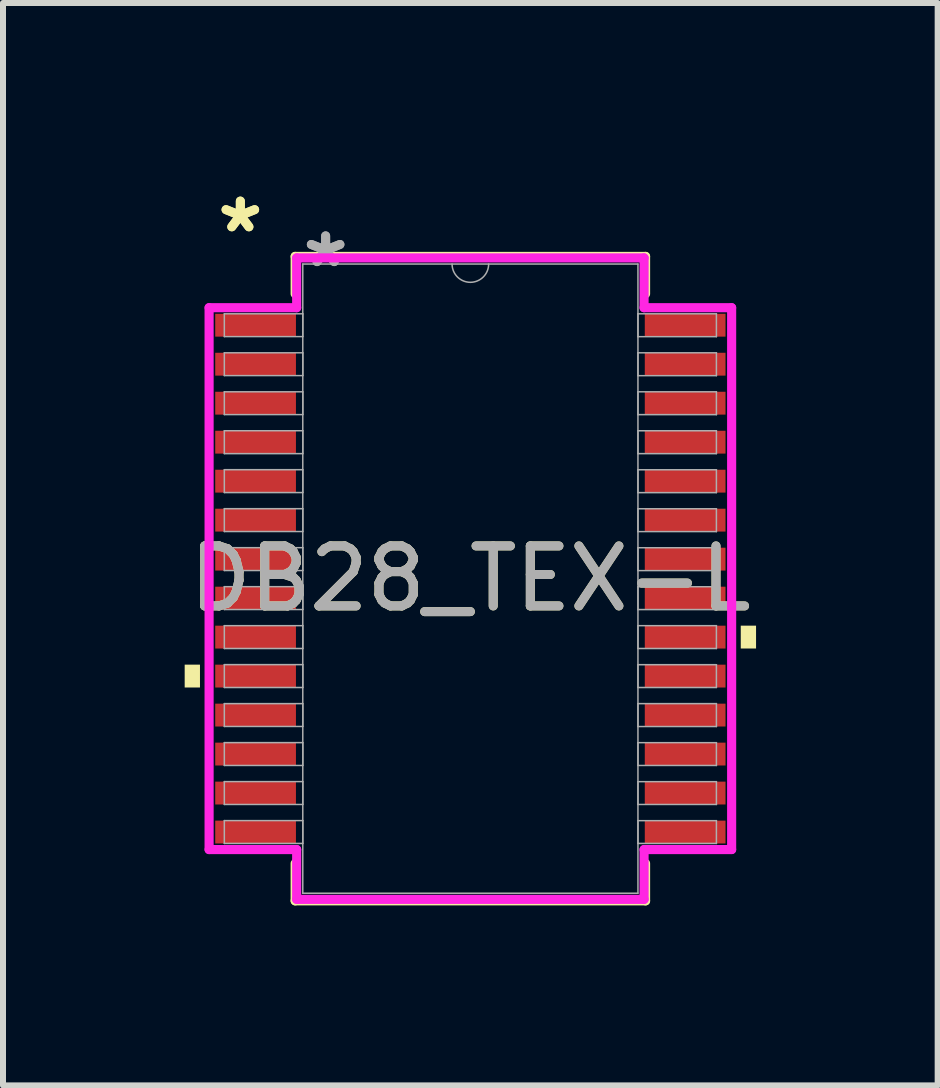
<source format=kicad_pcb>
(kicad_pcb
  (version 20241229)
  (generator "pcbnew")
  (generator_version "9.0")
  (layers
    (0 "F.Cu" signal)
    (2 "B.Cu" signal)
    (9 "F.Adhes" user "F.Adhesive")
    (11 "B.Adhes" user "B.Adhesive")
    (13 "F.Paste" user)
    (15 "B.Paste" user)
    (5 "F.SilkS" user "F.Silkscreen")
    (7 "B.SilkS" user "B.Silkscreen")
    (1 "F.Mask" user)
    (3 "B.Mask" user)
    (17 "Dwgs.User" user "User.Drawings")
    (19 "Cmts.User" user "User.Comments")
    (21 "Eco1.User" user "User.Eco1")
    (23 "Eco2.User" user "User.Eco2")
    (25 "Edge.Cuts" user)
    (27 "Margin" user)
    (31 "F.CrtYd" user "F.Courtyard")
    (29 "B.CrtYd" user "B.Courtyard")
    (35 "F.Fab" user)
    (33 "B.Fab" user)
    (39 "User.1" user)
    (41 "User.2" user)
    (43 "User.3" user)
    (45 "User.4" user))
  (footprint "DB28_TEX-L"
    (layer "F.Cu")
    (at 4.792 6.597)
    (property "Reference" "DB28_TEX-L" (at 0 0 0) (unlocked yes) (layer "F.SilkS") (effects (font (size 1 1) (thickness 0.15))))
    (attr smd)
    (fp_line (start -2.921 -5.372) (end -2.921 -4.748) (stroke (width 0.152) (type solid)) (layer "F.SilkS"))
    (fp_line (start -2.921 4.748) (end -2.921 5.372) (stroke (width 0.152) (type solid)) (layer "F.SilkS"))
    (fp_line (start -2.921 5.372) (end 2.921 5.372) (stroke (width 0.152) (type solid)) (layer "F.SilkS"))
    (fp_line (start 2.921 -5.372) (end -2.921 -5.372) (stroke (width 0.152) (type solid)) (layer "F.SilkS"))
    (fp_line (start 2.921 -4.748) (end 2.921 -5.372) (stroke (width 0.152) (type solid)) (layer "F.SilkS"))
    (fp_line (start 2.921 5.372) (end 2.921 4.748) (stroke (width 0.152) (type solid)) (layer "F.SilkS"))
    (fp_poly (pts (xy -4.763 1.434) (xy -4.763 1.815) (xy -4.508 1.815) (xy -4.508 1.434)) (stroke (width 0) (type solid)) (fill yes) (layer "F.SilkS"))
    (fp_poly (pts (xy 4.763 0.784) (xy 4.763 1.165) (xy 4.508 1.165) (xy 4.508 0.784)) (stroke (width 0) (type solid)) (fill yes) (layer "F.SilkS"))
    (fp_line (start -4.356 -4.517) (end -2.896 -4.517) (stroke (width 0.152) (type solid)) (layer "F.CrtYd"))
    (fp_line (start -4.356 4.517) (end -4.356 -4.517) (stroke (width 0.152) (type solid)) (layer "F.CrtYd"))
    (fp_line (start -4.356 4.517) (end -2.896 4.517) (stroke (width 0.152) (type solid)) (layer "F.CrtYd"))
    (fp_line (start -2.896 -5.347) (end 2.896 -5.347) (stroke (width 0.152) (type solid)) (layer "F.CrtYd"))
    (fp_line (start -2.896 -4.517) (end -2.896 -5.347) (stroke (width 0.152) (type solid)) (layer "F.CrtYd"))
    (fp_line (start -2.896 5.347) (end -2.896 4.517) (stroke (width 0.152) (type solid)) (layer "F.CrtYd"))
    (fp_line (start 2.896 -5.347) (end 2.896 -4.517) (stroke (width 0.152) (type solid)) (layer "F.CrtYd"))
    (fp_line (start 2.896 4.517) (end 2.896 5.347) (stroke (width 0.152) (type solid)) (layer "F.CrtYd"))
    (fp_line (start 2.896 5.347) (end -2.896 5.347) (stroke (width 0.152) (type solid)) (layer "F.CrtYd"))
    (fp_line (start 4.356 -4.517) (end 2.896 -4.517) (stroke (width 0.152) (type solid)) (layer "F.CrtYd"))
    (fp_line (start 4.356 -4.517) (end 4.356 4.517) (stroke (width 0.152) (type solid)) (layer "F.CrtYd"))
    (fp_line (start 4.356 4.517) (end 2.896 4.517) (stroke (width 0.152) (type solid)) (layer "F.CrtYd"))
    (fp_line (start -4.102 -4.415) (end -4.102 -4.035) (stroke (width 0.025) (type solid)) (layer "F.Fab"))
    (fp_line (start -4.102 -4.035) (end -2.794 -4.035) (stroke (width 0.025) (type solid)) (layer "F.Fab"))
    (fp_line (start -4.102 -3.765) (end -4.102 -3.385) (stroke (width 0.025) (type solid)) (layer "F.Fab"))
    (fp_line (start -4.102 -3.385) (end -2.794 -3.385) (stroke (width 0.025) (type solid)) (layer "F.Fab"))
    (fp_line (start -4.102 -3.115) (end -4.102 -2.735) (stroke (width 0.025) (type solid)) (layer "F.Fab"))
    (fp_line (start -4.102 -2.735) (end -2.794 -2.735) (stroke (width 0.025) (type solid)) (layer "F.Fab"))
    (fp_line (start -4.102 -2.466) (end -4.102 -2.084) (stroke (width 0.025) (type solid)) (layer "F.Fab"))
    (fp_line (start -4.102 -2.084) (end -2.794 -2.084) (stroke (width 0.025) (type solid)) (layer "F.Fab"))
    (fp_line (start -4.102 -1.816) (end -4.102 -1.435) (stroke (width 0.025) (type solid)) (layer "F.Fab"))
    (fp_line (start -4.102 -1.435) (end -2.794 -1.435) (stroke (width 0.025) (type solid)) (layer "F.Fab"))
    (fp_line (start -4.102 -1.166) (end -4.102 -0.785) (stroke (width 0.025) (type solid)) (layer "F.Fab"))
    (fp_line (start -4.102 -0.785) (end -2.794 -0.785) (stroke (width 0.025) (type solid)) (layer "F.Fab"))
    (fp_line (start -4.102 -0.516) (end -4.102 -0.135) (stroke (width 0.025) (type solid)) (layer "F.Fab"))
    (fp_line (start -4.102 -0.135) (end -2.794 -0.135) (stroke (width 0.025) (type solid)) (layer "F.Fab"))
    (fp_line (start -4.102 0.134) (end -4.102 0.515) (stroke (width 0.025) (type solid)) (layer "F.Fab"))
    (fp_line (start -4.102 0.515) (end -2.794 0.515) (stroke (width 0.025) (type solid)) (layer "F.Fab"))
    (fp_line (start -4.102 0.784) (end -4.102 1.165) (stroke (width 0.025) (type solid)) (layer "F.Fab"))
    (fp_line (start -4.102 1.165) (end -2.794 1.165) (stroke (width 0.025) (type solid)) (layer "F.Fab"))
    (fp_line (start -4.102 1.434) (end -4.102 1.815) (stroke (width 0.025) (type solid)) (layer "F.Fab"))
    (fp_line (start -4.102 1.815) (end -2.794 1.815) (stroke (width 0.025) (type solid)) (layer "F.Fab"))
    (fp_line (start -4.102 2.084) (end -4.102 2.465) (stroke (width 0.025) (type solid)) (layer "F.Fab"))
    (fp_line (start -4.102 2.465) (end -2.794 2.465) (stroke (width 0.025) (type solid)) (layer "F.Fab"))
    (fp_line (start -4.102 2.734) (end -4.102 3.115) (stroke (width 0.025) (type solid)) (layer "F.Fab"))
    (fp_line (start -4.102 3.115) (end -2.794 3.115) (stroke (width 0.025) (type solid)) (layer "F.Fab"))
    (fp_line (start -4.102 3.384) (end -4.102 3.765) (stroke (width 0.025) (type solid)) (layer "F.Fab"))
    (fp_line (start -4.102 3.765) (end -2.794 3.765) (stroke (width 0.025) (type solid)) (layer "F.Fab"))
    (fp_line (start -4.102 4.034) (end -4.102 4.415) (stroke (width 0.025) (type solid)) (layer "F.Fab"))
    (fp_line (start -4.102 4.415) (end -2.794 4.415) (stroke (width 0.025) (type solid)) (layer "F.Fab"))
    (fp_line (start -2.794 -5.245) (end -2.794 5.245) (stroke (width 0.025) (type solid)) (layer "F.Fab"))
    (fp_line (start -2.794 -4.415) (end -4.102 -4.415) (stroke (width 0.025) (type solid)) (layer "F.Fab"))
    (fp_line (start -2.794 -4.035) (end -2.794 -4.415) (stroke (width 0.025) (type solid)) (layer "F.Fab"))
    (fp_line (start -2.794 -3.765) (end -4.102 -3.765) (stroke (width 0.025) (type solid)) (layer "F.Fab"))
    (fp_line (start -2.794 -3.385) (end -2.794 -3.765) (stroke (width 0.025) (type solid)) (layer "F.Fab"))
    (fp_line (start -2.794 -3.115) (end -4.102 -3.115) (stroke (width 0.025) (type solid)) (layer "F.Fab"))
    (fp_line (start -2.794 -2.735) (end -2.794 -3.115) (stroke (width 0.025) (type solid)) (layer "F.Fab"))
    (fp_line (start -2.794 -2.466) (end -4.102 -2.466) (stroke (width 0.025) (type solid)) (layer "F.Fab"))
    (fp_line (start -2.794 -2.084) (end -2.794 -2.466) (stroke (width 0.025) (type solid)) (layer "F.Fab"))
    (fp_line (start -2.794 -1.816) (end -4.102 -1.816) (stroke (width 0.025) (type solid)) (layer "F.Fab"))
    (fp_line (start -2.794 -1.435) (end -2.794 -1.816) (stroke (width 0.025) (type solid)) (layer "F.Fab"))
    (fp_line (start -2.794 -1.166) (end -4.102 -1.166) (stroke (width 0.025) (type solid)) (layer "F.Fab"))
    (fp_line (start -2.794 -0.785) (end -2.794 -1.166) (stroke (width 0.025) (type solid)) (layer "F.Fab"))
    (fp_line (start -2.794 -0.516) (end -4.102 -0.516) (stroke (width 0.025) (type solid)) (layer "F.Fab"))
    (fp_line (start -2.794 -0.135) (end -2.794 -0.516) (stroke (width 0.025) (type solid)) (layer "F.Fab"))
    (fp_line (start -2.794 0.134) (end -4.102 0.134) (stroke (width 0.025) (type solid)) (layer "F.Fab"))
    (fp_line (start -2.794 0.515) (end -2.794 0.134) (stroke (width 0.025) (type solid)) (layer "F.Fab"))
    (fp_line (start -2.794 0.784) (end -4.102 0.784) (stroke (width 0.025) (type solid)) (layer "F.Fab"))
    (fp_line (start -2.794 1.165) (end -2.794 0.784) (stroke (width 0.025) (type solid)) (layer "F.Fab"))
    (fp_line (start -2.794 1.434) (end -4.102 1.434) (stroke (width 0.025) (type solid)) (layer "F.Fab"))
    (fp_line (start -2.794 1.815) (end -2.794 1.434) (stroke (width 0.025) (type solid)) (layer "F.Fab"))
    (fp_line (start -2.794 2.084) (end -4.102 2.084) (stroke (width 0.025) (type solid)) (layer "F.Fab"))
    (fp_line (start -2.794 2.465) (end -2.794 2.084) (stroke (width 0.025) (type solid)) (layer "F.Fab"))
    (fp_line (start -2.794 2.734) (end -4.102 2.734) (stroke (width 0.025) (type solid)) (layer "F.Fab"))
    (fp_line (start -2.794 3.115) (end -2.794 2.734) (stroke (width 0.025) (type solid)) (layer "F.Fab"))
    (fp_line (start -2.794 3.384) (end -4.102 3.384) (stroke (width 0.025) (type solid)) (layer "F.Fab"))
    (fp_line (start -2.794 3.765) (end -2.794 3.384) (stroke (width 0.025) (type solid)) (layer "F.Fab"))
    (fp_line (start -2.794 4.034) (end -4.102 4.034) (stroke (width 0.025) (type solid)) (layer "F.Fab"))
    (fp_line (start -2.794 4.415) (end -2.794 4.034) (stroke (width 0.025) (type solid)) (layer "F.Fab"))
    (fp_line (start -2.794 5.245) (end 2.794 5.245) (stroke (width 0.025) (type solid)) (layer "F.Fab"))
    (fp_line (start 2.794 -5.245) (end -2.794 -5.245) (stroke (width 0.025) (type solid)) (layer "F.Fab"))
    (fp_line (start 2.794 -4.415) (end 2.794 -4.034) (stroke (width 0.025) (type solid)) (layer "F.Fab"))
    (fp_line (start 2.794 -4.034) (end 4.102 -4.034) (stroke (width 0.025) (type solid)) (layer "F.Fab"))
    (fp_line (start 2.794 -3.765) (end 2.794 -3.384) (stroke (width 0.025) (type solid)) (layer "F.Fab"))
    (fp_line (start 2.794 -3.384) (end 4.102 -3.384) (stroke (width 0.025) (type solid)) (layer "F.Fab"))
    (fp_line (start 2.794 -3.115) (end 2.794 -2.734) (stroke (width 0.025) (type solid)) (layer "F.Fab"))
    (fp_line (start 2.794 -2.734) (end 4.102 -2.734) (stroke (width 0.025) (type solid)) (layer "F.Fab"))
    (fp_line (start 2.794 -2.465) (end 2.794 -2.084) (stroke (width 0.025) (type solid)) (layer "F.Fab"))
    (fp_line (start 2.794 -2.084) (end 4.102 -2.084) (stroke (width 0.025) (type solid)) (layer "F.Fab"))
    (fp_line (start 2.794 -1.815) (end 2.794 -1.434) (stroke (width 0.025) (type solid)) (layer "F.Fab"))
    (fp_line (start 2.794 -1.434) (end 4.102 -1.434) (stroke (width 0.025) (type solid)) (layer "F.Fab"))
    (fp_line (start 2.794 -1.165) (end 2.794 -0.784) (stroke (width 0.025) (type solid)) (layer "F.Fab"))
    (fp_line (start 2.794 -0.784) (end 4.102 -0.784) (stroke (width 0.025) (type solid)) (layer "F.Fab"))
    (fp_line (start 2.794 -0.515) (end 2.794 -0.134) (stroke (width 0.025) (type solid)) (layer "F.Fab"))
    (fp_line (start 2.794 -0.134) (end 4.102 -0.134) (stroke (width 0.025) (type solid)) (layer "F.Fab"))
    (fp_line (start 2.794 0.135) (end 2.794 0.516) (stroke (width 0.025) (type solid)) (layer "F.Fab"))
    (fp_line (start 2.794 0.516) (end 4.102 0.516) (stroke (width 0.025) (type solid)) (layer "F.Fab"))
    (fp_line (start 2.794 0.784) (end 2.794 1.165) (stroke (width 0.025) (type solid)) (layer "F.Fab"))
    (fp_line (start 2.794 1.165) (end 4.102 1.165) (stroke (width 0.025) (type solid)) (layer "F.Fab"))
    (fp_line (start 2.794 1.435) (end 2.794 1.815) (stroke (width 0.025) (type solid)) (layer "F.Fab"))
    (fp_line (start 2.794 1.815) (end 4.102 1.815) (stroke (width 0.025) (type solid)) (layer "F.Fab"))
    (fp_line (start 2.794 2.084) (end 2.794 2.466) (stroke (width 0.025) (type solid)) (layer "F.Fab"))
    (fp_line (start 2.794 2.466) (end 4.102 2.466) (stroke (width 0.025) (type solid)) (layer "F.Fab"))
    (fp_line (start 2.794 2.735) (end 2.794 3.115) (stroke (width 0.025) (type solid)) (layer "F.Fab"))
    (fp_line (start 2.794 3.115) (end 4.102 3.115) (stroke (width 0.025) (type solid)) (layer "F.Fab"))
    (fp_line (start 2.794 3.385) (end 2.794 3.765) (stroke (width 0.025) (type solid)) (layer "F.Fab"))
    (fp_line (start 2.794 3.765) (end 4.102 3.765) (stroke (width 0.025) (type solid)) (layer "F.Fab"))
    (fp_line (start 2.794 4.035) (end 2.794 4.415) (stroke (width 0.025) (type solid)) (layer "F.Fab"))
    (fp_line (start 2.794 4.415) (end 4.102 4.415) (stroke (width 0.025) (type solid)) (layer "F.Fab"))
    (fp_line (start 2.794 5.245) (end 2.794 -5.245) (stroke (width 0.025) (type solid)) (layer "F.Fab"))
    (fp_line (start 4.102 -4.415) (end 2.794 -4.415) (stroke (width 0.025) (type solid)) (layer "F.Fab"))
    (fp_line (start 4.102 -4.034) (end 4.102 -4.415) (stroke (width 0.025) (type solid)) (layer "F.Fab"))
    (fp_line (start 4.102 -3.765) (end 2.794 -3.765) (stroke (width 0.025) (type solid)) (layer "F.Fab"))
    (fp_line (start 4.102 -3.384) (end 4.102 -3.765) (stroke (width 0.025) (type solid)) (layer "F.Fab"))
    (fp_line (start 4.102 -3.115) (end 2.794 -3.115) (stroke (width 0.025) (type solid)) (layer "F.Fab"))
    (fp_line (start 4.102 -2.734) (end 4.102 -3.115) (stroke (width 0.025) (type solid)) (layer "F.Fab"))
    (fp_line (start 4.102 -2.465) (end 2.794 -2.465) (stroke (width 0.025) (type solid)) (layer "F.Fab"))
    (fp_line (start 4.102 -2.084) (end 4.102 -2.465) (stroke (width 0.025) (type solid)) (layer "F.Fab"))
    (fp_line (start 4.102 -1.815) (end 2.794 -1.815) (stroke (width 0.025) (type solid)) (layer "F.Fab"))
    (fp_line (start 4.102 -1.434) (end 4.102 -1.815) (stroke (width 0.025) (type solid)) (layer "F.Fab"))
    (fp_line (start 4.102 -1.165) (end 2.794 -1.165) (stroke (width 0.025) (type solid)) (layer "F.Fab"))
    (fp_line (start 4.102 -0.784) (end 4.102 -1.165) (stroke (width 0.025) (type solid)) (layer "F.Fab"))
    (fp_line (start 4.102 -0.515) (end 2.794 -0.515) (stroke (width 0.025) (type solid)) (layer "F.Fab"))
    (fp_line (start 4.102 -0.134) (end 4.102 -0.515) (stroke (width 0.025) (type solid)) (layer "F.Fab"))
    (fp_line (start 4.102 0.135) (end 2.794 0.135) (stroke (width 0.025) (type solid)) (layer "F.Fab"))
    (fp_line (start 4.102 0.516) (end 4.102 0.135) (stroke (width 0.025) (type solid)) (layer "F.Fab"))
    (fp_line (start 4.102 0.784) (end 2.794 0.784) (stroke (width 0.025) (type solid)) (layer "F.Fab"))
    (fp_line (start 4.102 1.165) (end 4.102 0.784) (stroke (width 0.025) (type solid)) (layer "F.Fab"))
    (fp_line (start 4.102 1.435) (end 2.794 1.435) (stroke (width 0.025) (type solid)) (layer "F.Fab"))
    (fp_line (start 4.102 1.815) (end 4.102 1.435) (stroke (width 0.025) (type solid)) (layer "F.Fab"))
    (fp_line (start 4.102 2.084) (end 2.794 2.084) (stroke (width 0.025) (type solid)) (layer "F.Fab"))
    (fp_line (start 4.102 2.466) (end 4.102 2.084) (stroke (width 0.025) (type solid)) (layer "F.Fab"))
    (fp_line (start 4.102 2.735) (end 2.794 2.735) (stroke (width 0.025) (type solid)) (layer "F.Fab"))
    (fp_line (start 4.102 3.115) (end 4.102 2.735) (stroke (width 0.025) (type solid)) (layer "F.Fab"))
    (fp_line (start 4.102 3.385) (end 2.794 3.385) (stroke (width 0.025) (type solid)) (layer "F.Fab"))
    (fp_line (start 4.102 3.765) (end 4.102 3.385) (stroke (width 0.025) (type solid)) (layer "F.Fab"))
    (fp_line (start 4.102 4.035) (end 2.794 4.035) (stroke (width 0.025) (type solid)) (layer "F.Fab"))
    (fp_line (start 4.102 4.415) (end 4.102 4.035) (stroke (width 0.025) (type solid)) (layer "F.Fab"))
    (fp_arc (start 0.3048 -5.2451) (mid 0 -4.9403) (end -0.3048 -5.2451) (stroke (width 0.0254) (type solid)) (layer "F.Fab"))
    (fp_text user "*" (at -3.835 -5.749 0) (unlocked yes) (layer "F.SilkS") (effects (font (size 1 1) (thickness 0.15))))
    (fp_text user "*" (at -3.835 -5.749 0) (layer "F.SilkS") (effects (font (size 1 1) (thickness 0.15))))
    (fp_text user "*" (at -2.413 -5.169 0) (unlocked yes) (layer "F.Fab") (effects (font (size 1 1) (thickness 0.15))))
    (fp_text user "${REFERENCE}" (at 0 0 0) (unlocked yes) (layer "F.Fab") (effects (font (size 1 1) (thickness 0.15))))
    (fp_text user "*" (at -2.413 -5.169 0) (layer "F.Fab") (effects (font (size 1 1) (thickness 0.15))))
    (pad "1" smd rect (at -3.581 -4.225) (size 1.346 0.381) (layers "F.Cu" "F.Mask" "F.Paste"))
    (pad "2" smd rect (at -3.581 -3.575) (size 1.346 0.381) (layers "F.Cu" "F.Mask" "F.Paste"))
    (pad "3" smd rect (at -3.581 -2.925) (size 1.346 0.381) (layers "F.Cu" "F.Mask" "F.Paste"))
    (pad "4" smd rect (at -3.581 -2.275) (size 1.346 0.381) (layers "F.Cu" "F.Mask" "F.Paste"))
    (pad "5" smd rect (at -3.581 -1.625) (size 1.346 0.381) (layers "F.Cu" "F.Mask" "F.Paste"))
    (pad "6" smd rect (at -3.581 -0.975) (size 1.346 0.381) (layers "F.Cu" "F.Mask" "F.Paste"))
    (pad "7" smd rect (at -3.581 -0.325) (size 1.346 0.381) (layers "F.Cu" "F.Mask" "F.Paste"))
    (pad "8" smd rect (at -3.581 0.325) (size 1.346 0.381) (layers "F.Cu" "F.Mask" "F.Paste"))
    (pad "9" smd rect (at -3.581 0.975) (size 1.346 0.381) (layers "F.Cu" "F.Mask" "F.Paste"))
    (pad "10" smd rect (at -3.581 1.625) (size 1.346 0.381) (layers "F.Cu" "F.Mask" "F.Paste"))
    (pad "11" smd rect (at -3.581 2.275) (size 1.346 0.381) (layers "F.Cu" "F.Mask" "F.Paste"))
    (pad "12" smd rect (at -3.581 2.925) (size 1.346 0.381) (layers "F.Cu" "F.Mask" "F.Paste"))
    (pad "13" smd rect (at -3.581 3.575) (size 1.346 0.381) (layers "F.Cu" "F.Mask" "F.Paste"))
    (pad "14" smd rect (at -3.581 4.225) (size 1.346 0.381) (layers "F.Cu" "F.Mask" "F.Paste"))
    (pad "15" smd rect (at 3.581 4.225) (size 1.346 0.381) (layers "F.Cu" "F.Mask" "F.Paste"))
    (pad "16" smd rect (at 3.581 3.575) (size 1.346 0.381) (layers "F.Cu" "F.Mask" "F.Paste"))
    (pad "17" smd rect (at 3.581 2.925) (size 1.346 0.381) (layers "F.Cu" "F.Mask" "F.Paste"))
    (pad "18" smd rect (at 3.581 2.275) (size 1.346 0.381) (layers "F.Cu" "F.Mask" "F.Paste"))
    (pad "19" smd rect (at 3.581 1.625) (size 1.346 0.381) (layers "F.Cu" "F.Mask" "F.Paste"))
    (pad "20" smd rect (at 3.581 0.975) (size 1.346 0.381) (layers "F.Cu" "F.Mask" "F.Paste"))
    (pad "21" smd rect (at 3.581 0.325) (size 1.346 0.381) (layers "F.Cu" "F.Mask" "F.Paste"))
    (pad "22" smd rect (at 3.581 -0.325) (size 1.346 0.381) (layers "F.Cu" "F.Mask" "F.Paste"))
    (pad "23" smd rect (at 3.581 -0.975) (size 1.346 0.381) (layers "F.Cu" "F.Mask" "F.Paste"))
    (pad "24" smd rect (at 3.581 -1.625) (size 1.346 0.381) (layers "F.Cu" "F.Mask" "F.Paste"))
    (pad "25" smd rect (at 3.581 -2.275) (size 1.346 0.381) (layers "F.Cu" "F.Mask" "F.Paste"))
    (pad "26" smd rect (at 3.581 -2.925) (size 1.346 0.381) (layers "F.Cu" "F.Mask" "F.Paste"))
    (pad "27" smd rect (at 3.581 -3.575) (size 1.346 0.381) (layers "F.Cu" "F.Mask" "F.Paste"))
    (pad "28" smd rect (at 3.581 -4.225) (size 1.346 0.381) (layers "F.Cu" "F.Mask" "F.Paste")))
  (gr_rect
    (start -3 -3)
    (end 12.583 15.046)
    (stroke (width 0.1) (type default))
    (fill no)
    (layer "Edge.Cuts")))
</source>
